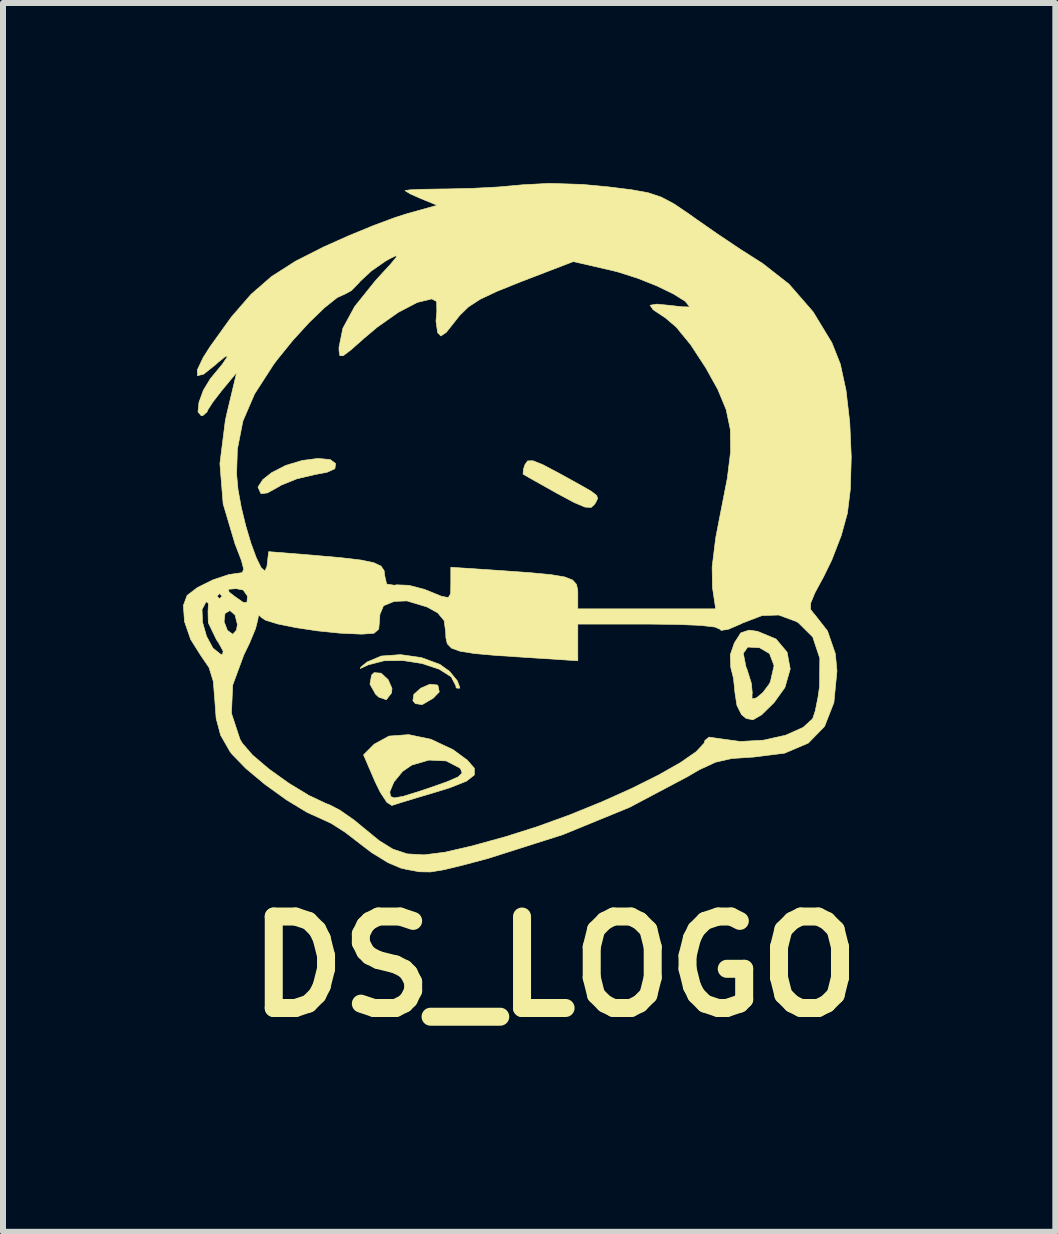
<source format=kicad_pcb>
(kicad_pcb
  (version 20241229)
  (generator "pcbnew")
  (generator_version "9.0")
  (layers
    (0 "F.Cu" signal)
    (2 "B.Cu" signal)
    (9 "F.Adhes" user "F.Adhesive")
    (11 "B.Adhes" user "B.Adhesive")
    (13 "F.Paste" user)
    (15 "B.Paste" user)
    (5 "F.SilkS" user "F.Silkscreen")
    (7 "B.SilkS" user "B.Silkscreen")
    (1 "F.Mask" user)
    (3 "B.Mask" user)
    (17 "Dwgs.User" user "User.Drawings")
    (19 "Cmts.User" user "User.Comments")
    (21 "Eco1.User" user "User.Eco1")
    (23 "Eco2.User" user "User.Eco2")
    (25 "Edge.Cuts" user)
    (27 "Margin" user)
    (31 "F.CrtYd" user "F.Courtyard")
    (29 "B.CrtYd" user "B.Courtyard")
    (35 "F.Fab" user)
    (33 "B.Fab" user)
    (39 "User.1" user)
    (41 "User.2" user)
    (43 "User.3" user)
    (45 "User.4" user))
  (footprint "DS_LOGO"
    (layer "F.Cu")
    (at 5.392 5.655)
    (property "Reference" "DS_LOGO" (at 0.8 7.4 0) (layer "F.SilkS") (effects (font (size 1.524 1.524) (thickness 0.3))))
    (attr smd)
    (fp_poly (pts (xy -2.092 2.511) (xy -1.975 2.619) (xy -1.911 2.765) (xy -1.918 2.839) (xy -2.005 2.954) (xy -2.131 2.91) (xy -2.184 2.862) (xy -2.278 2.694) (xy -2.251 2.541) (xy -2.208 2.502) (xy -2.092 2.511)) (stroke (width 0.01) (type solid)) (fill yes) (layer "F.SilkS"))
    (fp_poly (pts (xy -1.156 2.708) (xy -1.146 2.716) (xy -1.123 2.823) (xy -1.223 2.927) (xy -1.408 3.035) (xy -1.522 3.018) (xy -1.563 2.969) (xy -1.547 2.865) (xy -1.432 2.761) (xy -1.28 2.695) (xy -1.156 2.708)) (stroke (width 0.01) (type solid)) (fill yes) (layer "F.SilkS"))
    (fp_poly (pts (xy -2.939 -1.048) (xy -2.851 -0.982) (xy -2.862 -0.896) (xy -2.991 -0.837) (xy -3.201 -0.797) (xy -3.494 -0.728) (xy -3.754 -0.623) (xy -3.82 -0.584) (xy -3.987 -0.492) (xy -4.092 -0.48) (xy -4.095 -0.482) (xy -4.144 -0.59) (xy -4.063 -0.714) (xy -3.916 -0.83) (xy -3.681 -0.951) (xy -3.407 -1.033) (xy -3.143 -1.067) (xy -2.939 -1.048)) (stroke (width 0.01) (type solid)) (fill yes) (layer "F.SilkS"))
    (fp_poly (pts (xy -1.422 2.251) (xy -1.114 2.364) (xy -0.953 2.48) (xy -0.823 2.638) (xy -0.781 2.749) (xy -0.788 2.763) (xy -0.842 2.757) (xy -0.847 2.722) (xy -0.924 2.572) (xy -1.126 2.444) (xy -1.409 2.35) (xy -1.729 2.3) (xy -2.043 2.304) (xy -2.306 2.372) (xy -2.313 2.375) (xy -2.44 2.434) (xy -2.428 2.409) (xy -2.328 2.326) (xy -2.09 2.225) (xy -1.768 2.202) (xy -1.422 2.251)) (stroke (width 0.01) (type solid)) (fill yes) (layer "F.SilkS"))
    (fp_poly (pts (xy 0.604 -0.962) (xy 0.877 -0.817) (xy 0.92 -0.794) (xy 1.225 -0.625) (xy 1.41 -0.519) (xy 1.498 -0.451) (xy 1.516 -0.401) (xy 1.489 -0.344) (xy 1.467 -0.306) (xy 1.409 -0.251) (xy 1.305 -0.256) (xy 1.123 -0.333) (xy 0.845 -0.482) (xy 0.578 -0.632) (xy 0.375 -0.746) (xy 0.277 -0.803) (xy 0.273 -0.805) (xy 0.279 -0.886) (xy 0.304 -0.963) (xy 0.349 -1.026) (xy 0.438 -1.028) (xy 0.604 -0.962)) (stroke (width 0.01) (type solid)) (fill yes) (layer "F.SilkS"))
    (fp_poly (pts (xy 4.18 1.814) (xy 4.488 1.942) (xy 4.672 2.162) (xy 4.724 2.441) (xy 4.636 2.749) (xy 4.456 3) (xy 4.248 3.204) (xy 4.104 3.288) (xy 3.989 3.265) (xy 3.912 3.2) (xy 3.836 3.047) (xy 3.804 2.841) (xy 3.779 2.596) (xy 3.734 2.418) (xy 3.725 2.207) (xy 3.734 2.18) (xy 3.942 2.18) (xy 3.986 2.403) (xy 4.009 2.462) (xy 4.077 2.681) (xy 4.092 2.842) (xy 4.088 2.858) (xy 4.088 2.94) (xy 4.161 2.923) (xy 4.268 2.834) (xy 4.37 2.699) (xy 4.394 2.653) (xy 4.455 2.385) (xy 4.379 2.184) (xy 4.211 2.086) (xy 4.016 2.076) (xy 3.942 2.18) (xy 3.734 2.18) (xy 3.793 2.008) (xy 3.901 1.839) (xy 4.037 1.794) (xy 4.18 1.814)) (stroke (width 0.01) (type solid)) (fill yes) (layer "F.SilkS"))
    (fp_poly (pts (xy -1.263 3.612) (xy -0.893 3.786) (xy -0.656 3.96) (xy -0.539 4.095) (xy -0.539 4.207) (xy -0.67 4.31) (xy -0.947 4.42) (xy -1.164 4.487) (xy -1.483 4.582) (xy -1.743 4.661) (xy -1.897 4.71) (xy -1.914 4.715) (xy -1.995 4.664) (xy -2.106 4.496) (xy -1.947 4.496) (xy -1.934 4.566) (xy -1.872 4.589) (xy -1.73 4.564) (xy -1.475 4.486) (xy -1.304 4.429) (xy -0.988 4.318) (xy -0.809 4.239) (xy -0.743 4.176) (xy -0.765 4.111) (xy -0.786 4.088) (xy -1.008 3.973) (xy -1.295 3.959) (xy -1.581 4.042) (xy -1.734 4.147) (xy -1.88 4.325) (xy -1.947 4.486) (xy -1.947 4.496) (xy -2.106 4.496) (xy -2.107 4.494) (xy -2.196 4.311) (xy -2.385 3.872) (xy -2.208 3.694) (xy -1.961 3.559) (xy -1.633 3.535) (xy -1.263 3.612)) (stroke (width 0.01) (type solid)) (fill yes) (layer "F.SilkS"))
    (fp_poly (pts (xy 1.266 -5.632) (xy 1.682 -5.593) (xy 2.078 -5.544) (xy 2.359 -5.493) (xy 2.578 -5.42) (xy 2.79 -5.307) (xy 3.047 -5.133) (xy 3.157 -5.054) (xy 3.512 -4.807) (xy 3.888 -4.555) (xy 4.213 -4.348) (xy 4.257 -4.321) (xy 4.703 -3.972) (xy 5.105 -3.51) (xy 5.419 -2.993) (xy 5.559 -2.639) (xy 5.654 -2.201) (xy 5.716 -1.664) (xy 5.741 -1.093) (xy 5.726 -0.555) (xy 5.677 -0.155) (xy 5.574 0.218) (xy 5.416 0.627) (xy 5.283 0.899) (xy 5.134 1.175) (xy 5.064 1.346) (xy 5.063 1.449) (xy 5.121 1.523) (xy 5.127 1.528) (xy 5.345 1.807) (xy 5.476 2.187) (xy 5.503 2.472) (xy 5.452 3) (xy 5.296 3.398) (xy 5.025 3.676) (xy 4.63 3.844) (xy 4.102 3.91) (xy 4.091 3.91) (xy 3.748 3.933) (xy 3.481 3.994) (xy 3.21 4.119) (xy 3.01 4.236) (xy 2.047 4.746) (xy 0.937 5.201) (xy -0.305 5.596) (xy -0.732 5.71) (xy -1.051 5.787) (xy -1.27 5.823) (xy -1.454 5.82) (xy -1.665 5.781) (xy -1.761 5.759) (xy -1.979 5.667) (xy -2.25 5.5) (xy -2.439 5.356) (xy -2.689 5.163) (xy -2.922 5.014) (xy -3.049 4.955) (xy -3.326 4.83) (xy -3.67 4.621) (xy -4.027 4.364) (xy -4.346 4.098) (xy -4.577 3.86) (xy -4.613 3.812) (xy -4.766 3.544) (xy -4.841 3.263) (xy -4.847 3.179) (xy -4.586 3.179) (xy -4.444 3.611) (xy -4.405 3.678) (xy -4.234 3.876) (xy -3.958 4.11) (xy -3.628 4.346) (xy -3.292 4.55) (xy -3 4.687) (xy -2.963 4.699) (xy -2.783 4.791) (xy -2.543 4.958) (xy -2.379 5.093) (xy -2.125 5.301) (xy -1.894 5.444) (xy -1.655 5.522) (xy -1.377 5.538) (xy -1.03 5.494) (xy -0.584 5.391) (xy -0.021 5.236) (xy 0.507 5.069) (xy 1.05 4.872) (xy 1.584 4.655) (xy 2.085 4.43) (xy 2.53 4.208) (xy 2.895 4.001) (xy 3.156 3.82) (xy 3.29 3.677) (xy 3.302 3.633) (xy 3.372 3.576) (xy 3.535 3.6) (xy 3.892 3.649) (xy 4.28 3.627) (xy 4.646 3.545) (xy 4.94 3.414) (xy 5.098 3.27) (xy 5.142 3.137) (xy 5.189 2.9) (xy 5.213 2.73) (xy 5.217 2.263) (xy 5.099 1.908) (xy 4.859 1.67) (xy 4.818 1.647) (xy 4.532 1.542) (xy 4.255 1.551) (xy 3.926 1.677) (xy 3.891 1.695) (xy 3.692 1.78) (xy 3.572 1.798) (xy 3.556 1.78) (xy 3.473 1.743) (xy 3.234 1.715) (xy 2.849 1.699) (xy 2.371 1.693) (xy 1.185 1.693) (xy 1.185 2.304) (xy 0.318 2.248) (xy -0.184 2.215) (xy -0.541 2.183) (xy -0.777 2.145) (xy -0.919 2.094) (xy -0.989 2.022) (xy -1.013 1.921) (xy -1.016 1.829) (xy -1.042 1.635) (xy -1.149 1.506) (xy -1.324 1.409) (xy -1.661 1.307) (xy -1.874 1.315) (xy -2.052 1.387) (xy -2.113 1.533) (xy -2.117 1.615) (xy -2.132 1.777) (xy -2.211 1.846) (xy -2.403 1.86) (xy -2.434 1.86) (xy -2.78 1.844) (xy -3.154 1.806) (xy -3.512 1.752) (xy -3.814 1.691) (xy -4.018 1.628) (xy -4.079 1.588) (xy -4.134 1.54) (xy -4.147 1.622) (xy -4.185 1.77) (xy -4.283 2.007) (xy -4.381 2.21) (xy -4.565 2.709) (xy -4.586 3.179) (xy -4.847 3.179) (xy -4.862 2.976) (xy -4.888 2.648) (xy -4.959 2.418) (xy -5.094 2.22) (xy -5.266 1.947) (xy -5.368 1.65) (xy -5.382 1.45) (xy -5.076 1.45) (xy -5.068 1.661) (xy -5.001 1.896) (xy -4.894 2.094) (xy -4.764 2.197) (xy -4.734 2.201) (xy -4.724 2.143) (xy -4.803 1.999) (xy -4.835 1.954) (xy -4.971 1.672) (xy -4.972 1.652) (xy -4.709 1.652) (xy -4.653 1.798) (xy -4.563 1.863) (xy -4.501 1.792) (xy -4.487 1.698) (xy -4.526 1.54) (xy -4.611 1.468) (xy -4.693 1.515) (xy -4.709 1.652) (xy -4.972 1.652) (xy -4.976 1.491) (xy -4.969 1.348) (xy -5.008 1.32) (xy -5.076 1.45) (xy -5.382 1.45) (xy -5.387 1.383) (xy -5.329 1.228) (xy -4.826 1.228) (xy -4.784 1.27) (xy -4.741 1.228) (xy -4.784 1.185) (xy -4.826 1.228) (xy -5.329 1.228) (xy -5.325 1.216) (xy -5.19 1.113) (xy -4.641 1.113) (xy -4.624 1.16) (xy -4.535 1.23) (xy -4.386 1.334) (xy -4.328 1.331) (xy -4.318 1.228) (xy -4.39 1.125) (xy -4.508 1.103) (xy -4.641 1.113) (xy -5.19 1.113) (xy -5.154 1.085) (xy -4.896 0.957) (xy -4.63 0.868) (xy -4.483 0.847) (xy -4.404 0.835) (xy -4.382 0.775) (xy -4.42 0.632) (xy -4.521 0.369) (xy -4.525 0.36) (xy -4.724 -0.31) (xy -4.764 -0.804) (xy -4.5 -0.804) (xy -4.476 -0.547) (xy -4.422 -0.25) (xy -4.347 0.057) (xy -4.261 0.346) (xy -4.172 0.588) (xy -4.092 0.752) (xy -4.029 0.81) (xy -3.994 0.732) (xy -3.994 0.73) (xy -3.966 0.486) (xy -3.234 0.545) (xy -2.759 0.587) (xy -2.427 0.626) (xy -2.215 0.67) (xy -2.095 0.726) (xy -2.042 0.802) (xy -2.032 0.888) (xy -2 1.026) (xy -1.873 1.046) (xy -1.835 1.039) (xy -1.63 1.047) (xy -1.372 1.114) (xy -1.316 1.136) (xy -1.086 1.23) (xy -0.972 1.251) (xy -0.934 1.185) (xy -0.931 1.018) (xy -0.931 1.008) (xy -0.931 0.746) (xy -0.106 0.801) (xy 0.387 0.836) (xy 0.735 0.869) (xy 0.964 0.907) (xy 1.098 0.959) (xy 1.163 1.031) (xy 1.184 1.131) (xy 1.185 1.192) (xy 1.185 1.439) (xy 3.482 1.439) (xy 3.428 1.079) (xy 3.423 0.74) (xy 3.483 0.254) (xy 3.565 -0.169) (xy 3.676 -0.736) (xy 3.731 -1.183) (xy 3.726 -1.55) (xy 3.657 -1.88) (xy 3.519 -2.213) (xy 3.319 -2.574) (xy 3.064 -2.964) (xy 2.825 -3.255) (xy 2.646 -3.408) (xy 2.44 -3.545) (xy 2.39 -3.619) (xy 2.499 -3.638) (xy 2.709 -3.618) (xy 2.921 -3.594) (xy 3.039 -3.591) (xy 3.048 -3.595) (xy 2.974 -3.686) (xy 2.778 -3.808) (xy 2.501 -3.942) (xy 2.182 -4.069) (xy 1.863 -4.171) (xy 1.761 -4.197) (xy 1.11 -4.347) (xy 0.246 -4.015) (xy -0.16 -3.852) (xy -0.442 -3.719) (xy -0.637 -3.592) (xy -0.784 -3.449) (xy -0.858 -3.355) (xy -1.008 -3.166) (xy -1.097 -3.107) (xy -1.15 -3.162) (xy -1.151 -3.166) (xy -1.178 -3.356) (xy -1.164 -3.515) (xy -1.167 -3.682) (xy -1.248 -3.725) (xy -1.49 -3.666) (xy -1.806 -3.501) (xy -2.158 -3.253) (xy -2.374 -3.071) (xy -2.597 -2.874) (xy -2.723 -2.779) (xy -2.779 -2.778) (xy -2.793 -2.86) (xy -2.794 -2.917) (xy -2.73 -3.234) (xy -2.533 -3.597) (xy -2.194 -4.02) (xy -2.129 -4.092) (xy -1.928 -4.311) (xy -1.836 -4.424) (xy -1.846 -4.445) (xy -1.951 -4.393) (xy -2.02 -4.354) (xy -2.253 -4.192) (xy -2.442 -4.017) (xy -2.455 -4) (xy -2.59 -3.862) (xy -2.685 -3.81) (xy -2.824 -3.747) (xy -3.037 -3.577) (xy -3.294 -3.329) (xy -3.567 -3.03) (xy -3.827 -2.708) (xy -3.884 -2.632) (xy -4.2 -2.142) (xy -4.395 -1.69) (xy -4.487 -1.22) (xy -4.5 -0.804) (xy -4.764 -0.804) (xy -4.778 -0.981) (xy -4.688 -1.697) (xy -4.661 -1.82) (xy -4.499 -2.498) (xy -4.745 -2.201) (xy -4.893 -2.01) (xy -4.982 -1.872) (xy -4.993 -1.841) (xy -5.062 -1.781) (xy -5.089 -1.778) (xy -5.143 -1.843) (xy -5.127 -2.002) (xy -5.054 -2.202) (xy -4.94 -2.391) (xy -4.922 -2.413) (xy -4.737 -2.637) (xy -4.655 -2.76) (xy -4.677 -2.774) (xy -4.807 -2.669) (xy -4.851 -2.629) (xy -5.049 -2.471) (xy -5.151 -2.445) (xy -5.155 -2.54) (xy -5.058 -2.746) (xy -4.941 -2.93) (xy -4.587 -3.423) (xy -4.26 -3.8) (xy -3.919 -4.097) (xy -3.519 -4.353) (xy -3.049 -4.591) (xy -2.635 -4.776) (xy -2.217 -4.948) (xy -1.854 -5.083) (xy -1.659 -5.145) (xy -1.157 -5.285) (xy -1.425 -5.394) (xy -1.605 -5.474) (xy -1.692 -5.527) (xy -1.693 -5.53) (xy -1.615 -5.542) (xy -1.407 -5.551) (xy -1.109 -5.556) (xy -0.995 -5.557) (xy -0.571 -5.567) (xy -0.123 -5.591) (xy 0.253 -5.625) (xy 0.262 -5.626) (xy 0.714 -5.65) (xy 1.266 -5.632)) (stroke (width 0.01) (type solid)) (fill yes) (layer "F.SilkS")))
  (gr_rect
    (start -3 -3)
    (end 14.533 17.473)
    (stroke (width 0.1) (type default))
    (fill no)
    (layer "Edge.Cuts")))
</source>
